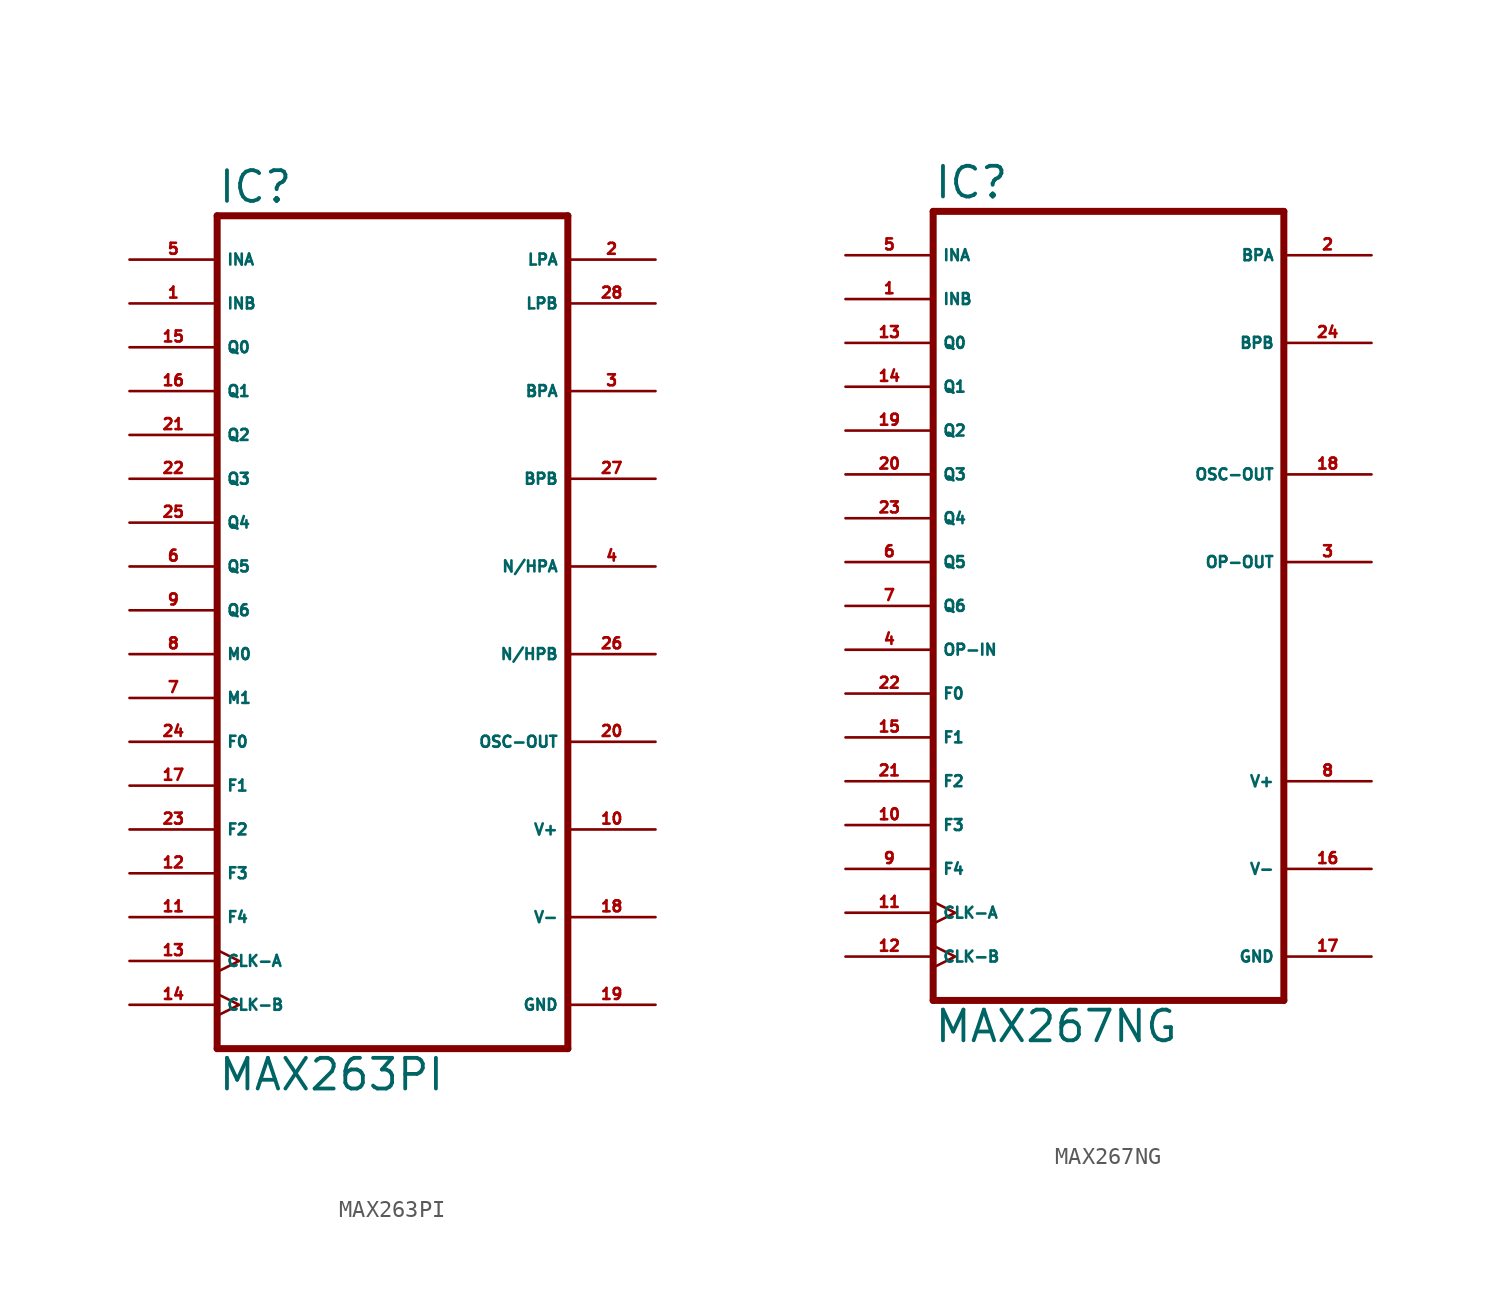
<source format=kicad_sym>
(kicad_symbol_lib
  (version 20220914)
  (generator Eagle2Kicad)
  (symbol "MAX263PI"
    (property "Reference" "IC"
      (at -10.16 26.035 0)
      (effects (font (size 1.778 1.778) (thickness 0.22)) (justify left bottom)))
    (property "Value" "MAX263PI"
      (at -10.16 -25.4 0)
      (effects (font (size 1.778 1.778) (thickness 0.22)) (justify left bottom)))
    (polyline
      (pts (xy 10.16 -22.86) (xy -10.16 -22.86))
      (stroke (width 0.406) (type default))
      (fill (type none)))
    (polyline
      (pts (xy -10.16 25.4) (xy -10.16 -22.86))
      (stroke (width 0.406) (type default))
      (fill (type none)))
    (polyline
      (pts (xy -10.16 25.4) (xy 10.16 25.4))
      (stroke (width 0.406) (type default))
      (fill (type none)))
    (polyline
      (pts (xy 10.16 -22.86) (xy 10.16 25.4))
      (stroke (width 0.406) (type default))
      (fill (type none)))
    (pin input line
      (at -15.24 22.86 0)
      (length 5.08)
      (name "INA" (effects (font (size 0.635 0.635) (thickness 0.08)) (justify left bottom)))
      (number "5" (effects (font (size 0.635 0.635) (thickness 0.08)) (justify left bottom))))
    (pin input line
      (at -15.24 20.32 0)
      (length 5.08)
      (name "INB" (effects (font (size 0.635 0.635) (thickness 0.08)) (justify left bottom)))
      (number "1" (effects (font (size 0.635 0.635) (thickness 0.08)) (justify left bottom))))
    (pin output line
      (at 15.24 22.86 180)
      (length 5.08)
      (name "LPA" (effects (font (size 0.635 0.635) (thickness 0.08)) (justify left bottom)))
      (number "2" (effects (font (size 0.635 0.635) (thickness 0.08)) (justify left bottom))))
    (pin output line
      (at 15.24 20.32 180)
      (length 5.08)
      (name "LPB" (effects (font (size 0.635 0.635) (thickness 0.08)) (justify left bottom)))
      (number "28" (effects (font (size 0.635 0.635) (thickness 0.08)) (justify left bottom))))
    (pin output line
      (at 15.24 15.24 180)
      (length 5.08)
      (name "BPA" (effects (font (size 0.635 0.635) (thickness 0.08)) (justify left bottom)))
      (number "3" (effects (font (size 0.635 0.635) (thickness 0.08)) (justify left bottom))))
    (pin output line
      (at 15.24 10.16 180)
      (length 5.08)
      (name "BPB" (effects (font (size 0.635 0.635) (thickness 0.08)) (justify left bottom)))
      (number "27" (effects (font (size 0.635 0.635) (thickness 0.08)) (justify left bottom))))
    (pin output line
      (at 15.24 5.08 180)
      (length 5.08)
      (name "N/HPA" (effects (font (size 0.635 0.635) (thickness 0.08)) (justify left bottom)))
      (number "4" (effects (font (size 0.635 0.635) (thickness 0.08)) (justify left bottom))))
    (pin output line
      (at 15.24 0 180)
      (length 5.08)
      (name "N/HPB" (effects (font (size 0.635 0.635) (thickness 0.08)) (justify left bottom)))
      (number "26" (effects (font (size 0.635 0.635) (thickness 0.08)) (justify left bottom))))
    (pin input line
      (at -15.24 17.78 0)
      (length 5.08)
      (name "Q0" (effects (font (size 0.635 0.635) (thickness 0.08)) (justify left bottom)))
      (number "15" (effects (font (size 0.635 0.635) (thickness 0.08)) (justify left bottom))))
    (pin input line
      (at -15.24 15.24 0)
      (length 5.08)
      (name "Q1" (effects (font (size 0.635 0.635) (thickness 0.08)) (justify left bottom)))
      (number "16" (effects (font (size 0.635 0.635) (thickness 0.08)) (justify left bottom))))
    (pin input line
      (at -15.24 12.7 0)
      (length 5.08)
      (name "Q2" (effects (font (size 0.635 0.635) (thickness 0.08)) (justify left bottom)))
      (number "21" (effects (font (size 0.635 0.635) (thickness 0.08)) (justify left bottom))))
    (pin input line
      (at -15.24 10.16 0)
      (length 5.08)
      (name "Q3" (effects (font (size 0.635 0.635) (thickness 0.08)) (justify left bottom)))
      (number "22" (effects (font (size 0.635 0.635) (thickness 0.08)) (justify left bottom))))
    (pin input line
      (at -15.24 7.62 0)
      (length 5.08)
      (name "Q4" (effects (font (size 0.635 0.635) (thickness 0.08)) (justify left bottom)))
      (number "25" (effects (font (size 0.635 0.635) (thickness 0.08)) (justify left bottom))))
    (pin input line
      (at -15.24 5.08 0)
      (length 5.08)
      (name "Q5" (effects (font (size 0.635 0.635) (thickness 0.08)) (justify left bottom)))
      (number "6" (effects (font (size 0.635 0.635) (thickness 0.08)) (justify left bottom))))
    (pin input line
      (at -15.24 2.54 0)
      (length 5.08)
      (name "Q6" (effects (font (size 0.635 0.635) (thickness 0.08)) (justify left bottom)))
      (number "9" (effects (font (size 0.635 0.635) (thickness 0.08)) (justify left bottom))))
    (pin input line
      (at -15.24 0 0)
      (length 5.08)
      (name "M0" (effects (font (size 0.635 0.635) (thickness 0.08)) (justify left bottom)))
      (number "8" (effects (font (size 0.635 0.635) (thickness 0.08)) (justify left bottom))))
    (pin input line
      (at -15.24 -2.54 0)
      (length 5.08)
      (name "M1" (effects (font (size 0.635 0.635) (thickness 0.08)) (justify left bottom)))
      (number "7" (effects (font (size 0.635 0.635) (thickness 0.08)) (justify left bottom))))
    (pin input line
      (at -15.24 -5.08 0)
      (length 5.08)
      (name "F0" (effects (font (size 0.635 0.635) (thickness 0.08)) (justify left bottom)))
      (number "24" (effects (font (size 0.635 0.635) (thickness 0.08)) (justify left bottom))))
    (pin input line
      (at -15.24 -7.62 0)
      (length 5.08)
      (name "F1" (effects (font (size 0.635 0.635) (thickness 0.08)) (justify left bottom)))
      (number "17" (effects (font (size 0.635 0.635) (thickness 0.08)) (justify left bottom))))
    (pin input line
      (at -15.24 -10.16 0)
      (length 5.08)
      (name "F2" (effects (font (size 0.635 0.635) (thickness 0.08)) (justify left bottom)))
      (number "23" (effects (font (size 0.635 0.635) (thickness 0.08)) (justify left bottom))))
    (pin input line
      (at -15.24 -12.7 0)
      (length 5.08)
      (name "F3" (effects (font (size 0.635 0.635) (thickness 0.08)) (justify left bottom)))
      (number "12" (effects (font (size 0.635 0.635) (thickness 0.08)) (justify left bottom))))
    (pin input line
      (at -15.24 -15.24 0)
      (length 5.08)
      (name "F4" (effects (font (size 0.635 0.635) (thickness 0.08)) (justify left bottom)))
      (number "11" (effects (font (size 0.635 0.635) (thickness 0.08)) (justify left bottom))))
    (pin input clock
      (at -15.24 -17.78 0)
      (length 5.08)
      (name "CLK-A" (effects (font (size 0.635 0.635) (thickness 0.08)) (justify left bottom)))
      (number "13" (effects (font (size 0.635 0.635) (thickness 0.08)) (justify left bottom))))
    (pin input clock
      (at -15.24 -20.32 0)
      (length 5.08)
      (name "CLK-B" (effects (font (size 0.635 0.635) (thickness 0.08)) (justify left bottom)))
      (number "14" (effects (font (size 0.635 0.635) (thickness 0.08)) (justify left bottom))))
    (pin output line
      (at 15.24 -5.08 180)
      (length 5.08)
      (name "OSC-OUT" (effects (font (size 0.635 0.635) (thickness 0.08)) (justify left bottom)))
      (number "20" (effects (font (size 0.635 0.635) (thickness 0.08)) (justify left bottom))))
    (pin unspecified line
      (at 15.24 -20.32 180)
      (length 5.08)
      (name "GND" (effects (font (size 0.635 0.635) (thickness 0.08)) (justify left bottom)))
      (number "19" (effects (font (size 0.635 0.635) (thickness 0.08)) (justify left bottom))))
    (pin unspecified line
      (at 15.24 -15.24 180)
      (length 5.08)
      (name "V-" (effects (font (size 0.635 0.635) (thickness 0.08)) (justify left bottom)))
      (number "18" (effects (font (size 0.635 0.635) (thickness 0.08)) (justify left bottom))))
    (pin unspecified line
      (at 15.24 -10.16 180)
      (length 5.08)
      (name "V+" (effects (font (size 0.635 0.635) (thickness 0.08)) (justify left bottom)))
      (number "10" (effects (font (size 0.635 0.635) (thickness 0.08)) (justify left bottom)))))
  (symbol "MAX267NG"
    (property "Reference" "IC"
      (at -10.16 23.495 0)
      (effects (font (size 1.778 1.778) (thickness 0.22)) (justify left bottom)))
    (property "Value" "MAX267NG"
      (at -10.16 -25.4 0)
      (effects (font (size 1.778 1.778) (thickness 0.22)) (justify left bottom)))
    (polyline
      (pts (xy 10.16 -22.86) (xy -10.16 -22.86))
      (stroke (width 0.406) (type default))
      (fill (type none)))
    (polyline
      (pts (xy -10.16 22.86) (xy -10.16 -22.86))
      (stroke (width 0.406) (type default))
      (fill (type none)))
    (polyline
      (pts (xy -10.16 22.86) (xy 10.16 22.86))
      (stroke (width 0.406) (type default))
      (fill (type none)))
    (polyline
      (pts (xy 10.16 -22.86) (xy 10.16 22.86))
      (stroke (width 0.406) (type default))
      (fill (type none)))
    (pin input line
      (at -15.24 20.32 0)
      (length 5.08)
      (name "INA" (effects (font (size 0.635 0.635) (thickness 0.08)) (justify left bottom)))
      (number "5" (effects (font (size 0.635 0.635) (thickness 0.08)) (justify left bottom))))
    (pin input line
      (at -15.24 17.78 0)
      (length 5.08)
      (name "INB" (effects (font (size 0.635 0.635) (thickness 0.08)) (justify left bottom)))
      (number "1" (effects (font (size 0.635 0.635) (thickness 0.08)) (justify left bottom))))
    (pin output line
      (at 15.24 20.32 180)
      (length 5.08)
      (name "BPA" (effects (font (size 0.635 0.635) (thickness 0.08)) (justify left bottom)))
      (number "2" (effects (font (size 0.635 0.635) (thickness 0.08)) (justify left bottom))))
    (pin output line
      (at 15.24 15.24 180)
      (length 5.08)
      (name "BPB" (effects (font (size 0.635 0.635) (thickness 0.08)) (justify left bottom)))
      (number "24" (effects (font (size 0.635 0.635) (thickness 0.08)) (justify left bottom))))
    (pin output line
      (at 15.24 2.54 180)
      (length 5.08)
      (name "OP-OUT" (effects (font (size 0.635 0.635) (thickness 0.08)) (justify left bottom)))
      (number "3" (effects (font (size 0.635 0.635) (thickness 0.08)) (justify left bottom))))
    (pin input line
      (at -15.24 15.24 0)
      (length 5.08)
      (name "Q0" (effects (font (size 0.635 0.635) (thickness 0.08)) (justify left bottom)))
      (number "13" (effects (font (size 0.635 0.635) (thickness 0.08)) (justify left bottom))))
    (pin input line
      (at -15.24 12.7 0)
      (length 5.08)
      (name "Q1" (effects (font (size 0.635 0.635) (thickness 0.08)) (justify left bottom)))
      (number "14" (effects (font (size 0.635 0.635) (thickness 0.08)) (justify left bottom))))
    (pin input line
      (at -15.24 10.16 0)
      (length 5.08)
      (name "Q2" (effects (font (size 0.635 0.635) (thickness 0.08)) (justify left bottom)))
      (number "19" (effects (font (size 0.635 0.635) (thickness 0.08)) (justify left bottom))))
    (pin input line
      (at -15.24 7.62 0)
      (length 5.08)
      (name "Q3" (effects (font (size 0.635 0.635) (thickness 0.08)) (justify left bottom)))
      (number "20" (effects (font (size 0.635 0.635) (thickness 0.08)) (justify left bottom))))
    (pin input line
      (at -15.24 5.08 0)
      (length 5.08)
      (name "Q4" (effects (font (size 0.635 0.635) (thickness 0.08)) (justify left bottom)))
      (number "23" (effects (font (size 0.635 0.635) (thickness 0.08)) (justify left bottom))))
    (pin input line
      (at -15.24 2.54 0)
      (length 5.08)
      (name "Q5" (effects (font (size 0.635 0.635) (thickness 0.08)) (justify left bottom)))
      (number "6" (effects (font (size 0.635 0.635) (thickness 0.08)) (justify left bottom))))
    (pin input line
      (at -15.24 0 0)
      (length 5.08)
      (name "Q6" (effects (font (size 0.635 0.635) (thickness 0.08)) (justify left bottom)))
      (number "7" (effects (font (size 0.635 0.635) (thickness 0.08)) (justify left bottom))))
    (pin input line
      (at -15.24 -2.54 0)
      (length 5.08)
      (name "OP-IN" (effects (font (size 0.635 0.635) (thickness 0.08)) (justify left bottom)))
      (number "4" (effects (font (size 0.635 0.635) (thickness 0.08)) (justify left bottom))))
    (pin input line
      (at -15.24 -5.08 0)
      (length 5.08)
      (name "F0" (effects (font (size 0.635 0.635) (thickness 0.08)) (justify left bottom)))
      (number "22" (effects (font (size 0.635 0.635) (thickness 0.08)) (justify left bottom))))
    (pin input line
      (at -15.24 -7.62 0)
      (length 5.08)
      (name "F1" (effects (font (size 0.635 0.635) (thickness 0.08)) (justify left bottom)))
      (number "15" (effects (font (size 0.635 0.635) (thickness 0.08)) (justify left bottom))))
    (pin input line
      (at -15.24 -10.16 0)
      (length 5.08)
      (name "F2" (effects (font (size 0.635 0.635) (thickness 0.08)) (justify left bottom)))
      (number "21" (effects (font (size 0.635 0.635) (thickness 0.08)) (justify left bottom))))
    (pin input line
      (at -15.24 -12.7 0)
      (length 5.08)
      (name "F3" (effects (font (size 0.635 0.635) (thickness 0.08)) (justify left bottom)))
      (number "10" (effects (font (size 0.635 0.635) (thickness 0.08)) (justify left bottom))))
    (pin input line
      (at -15.24 -15.24 0)
      (length 5.08)
      (name "F4" (effects (font (size 0.635 0.635) (thickness 0.08)) (justify left bottom)))
      (number "9" (effects (font (size 0.635 0.635) (thickness 0.08)) (justify left bottom))))
    (pin input clock
      (at -15.24 -17.78 0)
      (length 5.08)
      (name "CLK-A" (effects (font (size 0.635 0.635) (thickness 0.08)) (justify left bottom)))
      (number "11" (effects (font (size 0.635 0.635) (thickness 0.08)) (justify left bottom))))
    (pin input clock
      (at -15.24 -20.32 0)
      (length 5.08)
      (name "CLK-B" (effects (font (size 0.635 0.635) (thickness 0.08)) (justify left bottom)))
      (number "12" (effects (font (size 0.635 0.635) (thickness 0.08)) (justify left bottom))))
    (pin output line
      (at 15.24 7.62 180)
      (length 5.08)
      (name "OSC-OUT" (effects (font (size 0.635 0.635) (thickness 0.08)) (justify left bottom)))
      (number "18" (effects (font (size 0.635 0.635) (thickness 0.08)) (justify left bottom))))
    (pin unspecified line
      (at 15.24 -20.32 180)
      (length 5.08)
      (name "GND" (effects (font (size 0.635 0.635) (thickness 0.08)) (justify left bottom)))
      (number "17" (effects (font (size 0.635 0.635) (thickness 0.08)) (justify left bottom))))
    (pin unspecified line
      (at 15.24 -15.24 180)
      (length 5.08)
      (name "V-" (effects (font (size 0.635 0.635) (thickness 0.08)) (justify left bottom)))
      (number "16" (effects (font (size 0.635 0.635) (thickness 0.08)) (justify left bottom))))
    (pin unspecified line
      (at 15.24 -10.16 180)
      (length 5.08)
      (name "V+" (effects (font (size 0.635 0.635) (thickness 0.08)) (justify left bottom)))
      (number "8" (effects (font (size 0.635 0.635) (thickness 0.08)) (justify left bottom))))))
</source>
